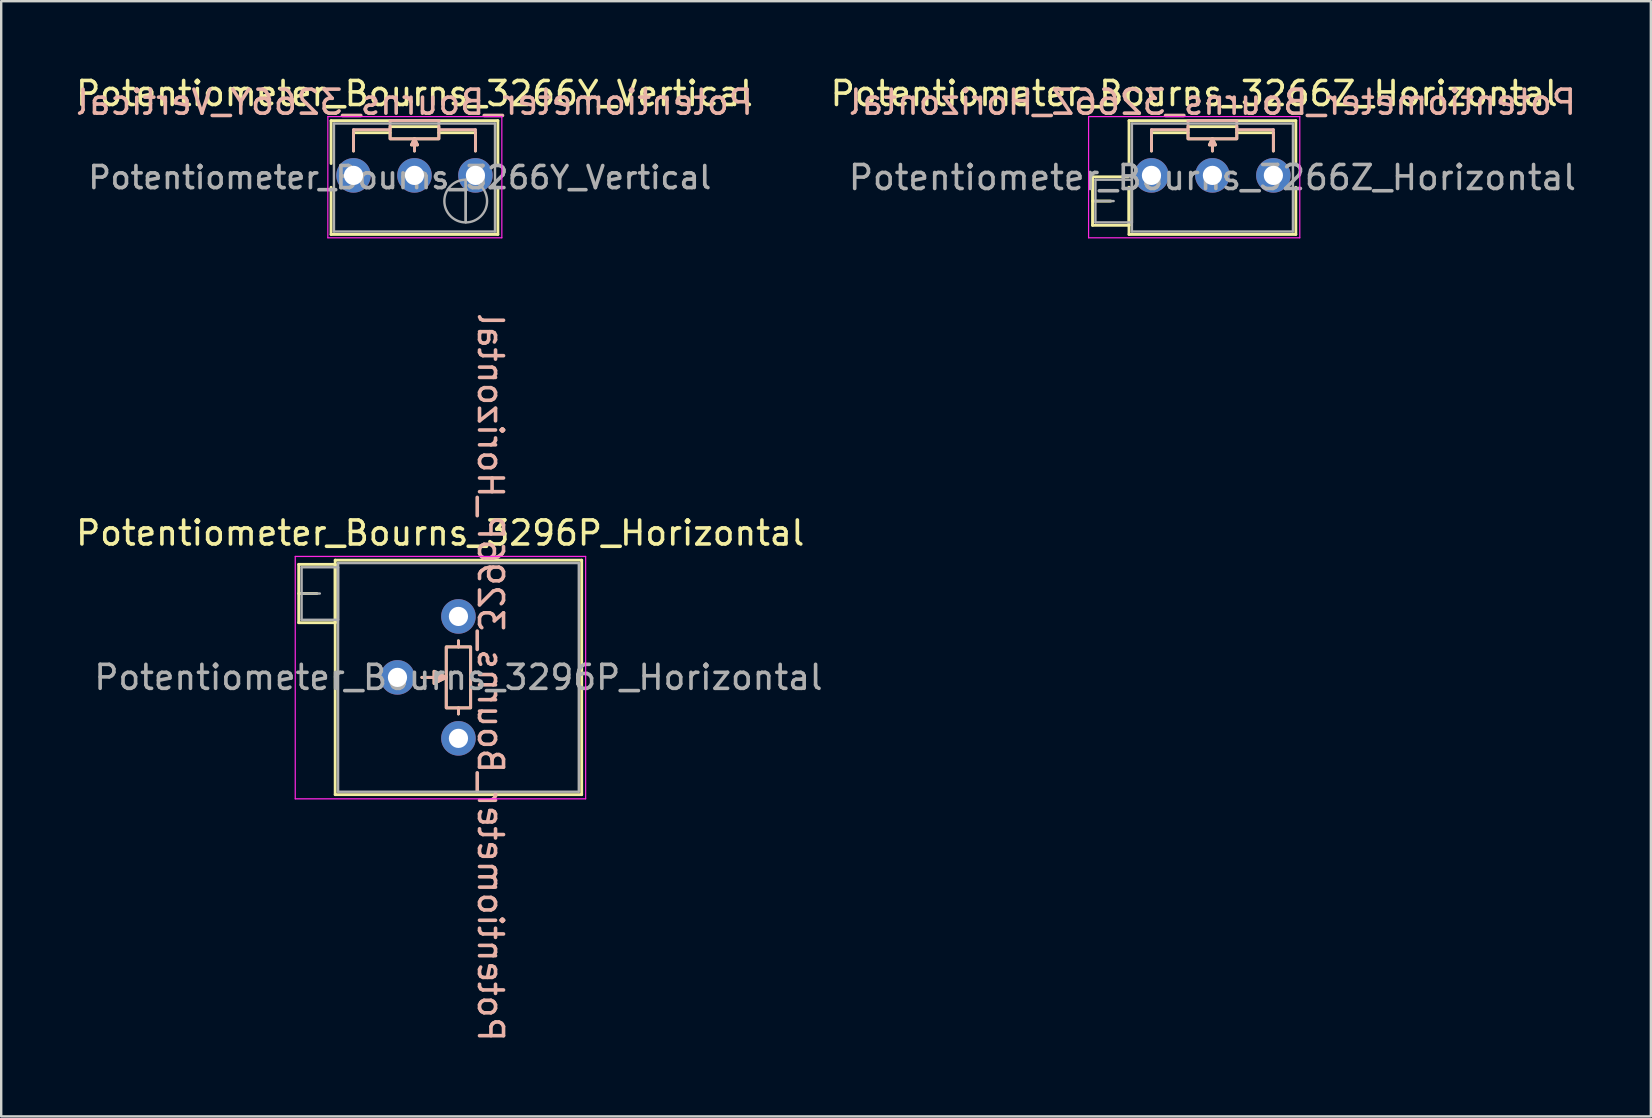
<source format=kicad_pcb>
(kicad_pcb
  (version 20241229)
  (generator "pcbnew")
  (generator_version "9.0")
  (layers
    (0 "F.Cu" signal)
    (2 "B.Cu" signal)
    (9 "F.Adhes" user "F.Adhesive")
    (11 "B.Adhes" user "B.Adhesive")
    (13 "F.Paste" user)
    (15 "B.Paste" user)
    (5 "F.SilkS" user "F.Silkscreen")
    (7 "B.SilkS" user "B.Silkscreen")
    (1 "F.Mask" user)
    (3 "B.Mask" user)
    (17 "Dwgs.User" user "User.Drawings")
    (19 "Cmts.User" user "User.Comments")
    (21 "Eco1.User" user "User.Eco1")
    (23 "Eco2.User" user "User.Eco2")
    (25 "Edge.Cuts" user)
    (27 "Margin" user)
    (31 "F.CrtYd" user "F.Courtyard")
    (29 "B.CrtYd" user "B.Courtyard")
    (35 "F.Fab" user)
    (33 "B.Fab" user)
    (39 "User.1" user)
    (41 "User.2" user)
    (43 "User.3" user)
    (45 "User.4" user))
  (footprint "Potentiometer_Bourns_3266Y_Vertical"
    (layer "F.Cu")
    (at 16.76 4.258)
    (property "Reference" "Potentiometer_Bourns_3266Y_Vertical" (at -2.54 -3.41 0) (layer "F.SilkS") (effects (font (size 1 1) (thickness 0.15))))
    (attr through_hole)
    (fp_line (start -6.015 -2.28) (end -6.015 -0.494) (stroke (width 0.12) (type solid)) (layer "F.SilkS"))
    (fp_line (start -6.015 -2.28) (end 0.935 -2.28) (stroke (width 0.12) (type solid)) (layer "F.SilkS"))
    (fp_line (start -6.015 0.496) (end -6.015 2.46) (stroke (width 0.12) (type solid)) (layer "F.SilkS"))
    (fp_line (start -6.015 2.46) (end 0.935 2.46) (stroke (width 0.12) (type solid)) (layer "F.SilkS"))
    (fp_line (start -5.08 -1.778) (end -5.08 -1.016) (stroke (width 0.12) (type solid)) (layer "F.SilkS"))
    (fp_line (start -3.556 -1.778) (end -5.08 -1.778) (stroke (width 0.12) (type solid)) (layer "F.SilkS"))
    (fp_line (start -2.54 -1.524) (end -2.54 -1.016) (stroke (width 0.12) (type solid)) (layer "F.SilkS"))
    (fp_line (start -1.524 -1.778) (end 0 -1.778) (stroke (width 0.12) (type solid)) (layer "F.SilkS"))
    (fp_line (start 0 -1.778) (end 0 -1.016) (stroke (width 0.12) (type solid)) (layer "F.SilkS"))
    (fp_line (start 0.935 -2.28) (end 0.935 -0.494) (stroke (width 0.12) (type solid)) (layer "F.SilkS"))
    (fp_line (start 0.935 0.496) (end 0.935 2.46) (stroke (width 0.12) (type solid)) (layer "F.SilkS"))
    (fp_rect (start -3.556 -2.032) (end -1.524 -1.524) (stroke (width 0.12) (type solid)) (fill no) (layer "F.SilkS"))
    (fp_poly (pts (xy -2.413 -1.27) (xy -2.667 -1.27) (xy -2.54 -1.524)) (stroke (width 0.12) (type solid)) (fill yes) (layer "F.SilkS"))
    (fp_line (start -5.08 -1.905) (end -5.08 -1.016) (stroke (width 0.12) (type solid)) (layer "B.SilkS"))
    (fp_line (start -3.556 -1.905) (end -5.08 -1.905) (stroke (width 0.12) (type solid)) (layer "B.SilkS"))
    (fp_line (start -2.54 -1.016) (end -2.54 -1.524) (stroke (width 0.12) (type solid)) (layer "B.SilkS"))
    (fp_line (start -1.524 -1.905) (end 0 -1.905) (stroke (width 0.12) (type solid)) (layer "B.SilkS"))
    (fp_line (start 0 -1.905) (end 0 -1.016) (stroke (width 0.12) (type solid)) (layer "B.SilkS"))
    (fp_rect (start -3.556 -2.286) (end -1.524 -1.524) (stroke (width 0.12) (type solid)) (fill no) (layer "B.SilkS"))
    (fp_poly (pts (xy -2.413 -1.27) (xy -2.667 -1.27) (xy -2.54 -1.524)) (stroke (width 0.12) (type solid)) (fill yes) (layer "B.SilkS"))
    (fp_line (start -6.15 -2.45) (end -6.15 2.6) (stroke (width 0.05) (type solid)) (layer "F.CrtYd"))
    (fp_line (start -6.15 2.6) (end 1.1 2.6) (stroke (width 0.05) (type solid)) (layer "F.CrtYd"))
    (fp_line (start 1.1 -2.45) (end -6.15 -2.45) (stroke (width 0.05) (type solid)) (layer "F.CrtYd"))
    (fp_line (start 1.1 2.6) (end 1.1 -2.45) (stroke (width 0.05) (type solid)) (layer "F.CrtYd"))
    (fp_line (start -5.895 -2.16) (end -5.895 2.34) (stroke (width 0.1) (type solid)) (layer "F.Fab"))
    (fp_line (start -5.895 2.34) (end 0.815 2.34) (stroke (width 0.1) (type solid)) (layer "F.Fab"))
    (fp_line (start -0.405 1.952) (end -0.404 0.189) (stroke (width 0.1) (type solid)) (layer "F.Fab"))
    (fp_line (start -0.405 1.952) (end -0.404 0.189) (stroke (width 0.1) (type solid)) (layer "F.Fab"))
    (fp_line (start 0.815 -2.16) (end -5.895 -2.16) (stroke (width 0.1) (type solid)) (layer "F.Fab"))
    (fp_line (start 0.815 2.34) (end 0.815 -2.16) (stroke (width 0.1) (type solid)) (layer "F.Fab"))
    (fp_circle (center -0.405 1.07) (end 0.485 1.07) (stroke (width 0.1) (type solid)) (fill no) (layer "F.Fab"))
    (fp_text user "${REFERENCE}" (at -2.54 -3.048 0) (unlocked yes) (layer "B.SilkS") (effects (font (size 1 1) (thickness 0.15)) (justify mirror)))
    (fp_text user "${REFERENCE}" (at -3.15 0.09 0) (layer "F.Fab") (effects (font (size 0.92 0.92) (thickness 0.15))))
    (pad "1" thru_hole circle (at 0 0) (size 1.44 1.44) (drill 0.8) (layers "*.Cu" "*.Mask"))
    (pad "2" thru_hole circle (at -2.54 0) (size 1.44 1.44) (drill 0.8) (layers "*.Cu" "*.Mask"))
    (pad "3" thru_hole circle (at -5.08 0) (size 1.44 1.44) (drill 0.8) (layers "*.Cu" "*.Mask")))
  (footprint "Potentiometer_Bourns_3266Z_Horizontal"
    (layer "F.Cu")
    (at 50.008 4.258)
    (property "Reference" "Potentiometer_Bourns_3266Z_Horizontal" (at -3.3 -3.41 0) (layer "F.SilkS") (effects (font (size 1 1) (thickness 0.15))))
    (attr through_hole)
    (fp_line (start -7.535 0.06) (end -7.535 2.08) (stroke (width 0.12) (type solid)) (layer "F.SilkS"))
    (fp_line (start -7.535 0.06) (end -6.056 0.06) (stroke (width 0.12) (type solid)) (layer "F.SilkS"))
    (fp_line (start -7.535 1.07) (end -6.776 1.07) (stroke (width 0.12) (type solid)) (layer "F.SilkS"))
    (fp_line (start -7.535 2.08) (end -6.016 2.08) (stroke (width 0.12) (type solid)) (layer "F.SilkS"))
    (fp_line (start -6.016 0.496) (end -6.016 2.08) (stroke (width 0.12) (type solid)) (layer "F.SilkS"))
    (fp_line (start -6.015 -2.28) (end -6.015 -0.494) (stroke (width 0.12) (type solid)) (layer "F.SilkS"))
    (fp_line (start -6.015 -2.28) (end 0.935 -2.28) (stroke (width 0.12) (type solid)) (layer "F.SilkS"))
    (fp_line (start -6.015 0.496) (end -6.015 2.46) (stroke (width 0.12) (type solid)) (layer "F.SilkS"))
    (fp_line (start -6.015 2.46) (end 0.935 2.46) (stroke (width 0.12) (type solid)) (layer "F.SilkS"))
    (fp_line (start -5.08 -1.778) (end -5.08 -1.016) (stroke (width 0.12) (type solid)) (layer "F.SilkS"))
    (fp_line (start -3.556 -1.778) (end -5.08 -1.778) (stroke (width 0.12) (type solid)) (layer "F.SilkS"))
    (fp_line (start -2.54 -1.524) (end -2.54 -1.016) (stroke (width 0.12) (type solid)) (layer "F.SilkS"))
    (fp_line (start -1.524 -1.778) (end 0 -1.778) (stroke (width 0.12) (type solid)) (layer "F.SilkS"))
    (fp_line (start 0 -1.778) (end 0 -1.016) (stroke (width 0.12) (type solid)) (layer "F.SilkS"))
    (fp_line (start 0.935 -2.28) (end 0.935 -0.494) (stroke (width 0.12) (type solid)) (layer "F.SilkS"))
    (fp_line (start 0.935 0.496) (end 0.935 2.46) (stroke (width 0.12) (type solid)) (layer "F.SilkS"))
    (fp_rect (start -3.556 -2.032) (end -1.524 -1.524) (stroke (width 0.12) (type solid)) (fill no) (layer "F.SilkS"))
    (fp_poly (pts (xy -2.413 -1.27) (xy -2.667 -1.27) (xy -2.54 -1.524)) (stroke (width 0.12) (type solid)) (fill yes) (layer "F.SilkS"))
    (fp_line (start -5.08 -1.905) (end -5.08 -1.016) (stroke (width 0.12) (type solid)) (layer "B.SilkS"))
    (fp_line (start -3.556 -1.905) (end -5.08 -1.905) (stroke (width 0.12) (type solid)) (layer "B.SilkS"))
    (fp_line (start -2.54 -1.016) (end -2.54 -1.524) (stroke (width 0.12) (type solid)) (layer "B.SilkS"))
    (fp_line (start -1.524 -1.905) (end 0 -1.905) (stroke (width 0.12) (type solid)) (layer "B.SilkS"))
    (fp_line (start 0 -1.905) (end 0 -1.016) (stroke (width 0.12) (type solid)) (layer "B.SilkS"))
    (fp_rect (start -3.556 -2.286) (end -1.524 -1.524) (stroke (width 0.12) (type solid)) (fill no) (layer "B.SilkS"))
    (fp_poly (pts (xy -2.413 -1.27) (xy -2.667 -1.27) (xy -2.54 -1.524)) (stroke (width 0.12) (type solid)) (fill yes) (layer "B.SilkS"))
    (fp_line (start -7.7 -2.45) (end -7.7 2.6) (stroke (width 0.05) (type solid)) (layer "F.CrtYd"))
    (fp_line (start -7.7 2.6) (end 1.1 2.6) (stroke (width 0.05) (type solid)) (layer "F.CrtYd"))
    (fp_line (start 1.1 -2.45) (end -7.7 -2.45) (stroke (width 0.05) (type solid)) (layer "F.CrtYd"))
    (fp_line (start 1.1 2.6) (end 1.1 -2.45) (stroke (width 0.05) (type solid)) (layer "F.CrtYd"))
    (fp_line (start -7.415 0.18) (end -7.415 1.96) (stroke (width 0.1) (type solid)) (layer "F.Fab"))
    (fp_line (start -7.415 1.07) (end -6.655 1.07) (stroke (width 0.1) (type solid)) (layer "F.Fab"))
    (fp_line (start -7.415 1.96) (end -5.895 1.96) (stroke (width 0.1) (type solid)) (layer "F.Fab"))
    (fp_line (start -5.895 -2.16) (end -5.895 2.34) (stroke (width 0.1) (type solid)) (layer "F.Fab"))
    (fp_line (start -5.895 0.18) (end -7.415 0.18) (stroke (width 0.1) (type solid)) (layer "F.Fab"))
    (fp_line (start -5.895 1.96) (end -5.895 0.18) (stroke (width 0.1) (type solid)) (layer "F.Fab"))
    (fp_line (start -5.895 2.34) (end 0.815 2.34) (stroke (width 0.1) (type solid)) (layer "F.Fab"))
    (fp_line (start 0.815 -2.16) (end -5.895 -2.16) (stroke (width 0.1) (type solid)) (layer "F.Fab"))
    (fp_line (start 0.815 2.34) (end 0.815 -2.16) (stroke (width 0.1) (type solid)) (layer "F.Fab"))
    (fp_text user "${REFERENCE}" (at -2.54 -3.048 0) (unlocked yes) (layer "B.SilkS") (effects (font (size 1 1) (thickness 0.15)) (justify mirror)))
    (fp_text user "${REFERENCE}" (at -2.54 0.09 0) (layer "F.Fab") (effects (font (size 1 1) (thickness 0.15))))
    (pad "1" thru_hole circle (at 0 0) (size 1.44 1.44) (drill 0.8) (layers "*.Cu" "*.Mask"))
    (pad "2" thru_hole circle (at -2.54 0) (size 1.44 1.44) (drill 0.8) (layers "*.Cu" "*.Mask"))
    (pad "3" thru_hole circle (at -5.08 0) (size 1.44 1.44) (drill 0.8) (layers "*.Cu" "*.Mask")))
  (footprint "Potentiometer_Bourns_3296P_Horizontal"
    (layer "F.Cu")
    (at 16.052 22.635)
    (property "Reference" "Potentiometer_Bourns_3296P_Horizontal" (at -0.76 -3.475 0) (layer "F.SilkS") (effects (font (size 1 1) (thickness 0.15))))
    (attr through_hole)
    (fp_line (start -6.655 -2.169) (end -6.655 0.26) (stroke (width 0.12) (type solid)) (layer "F.SilkS"))
    (fp_line (start -6.655 -2.169) (end -5.136 -2.169) (stroke (width 0.12) (type solid)) (layer "F.SilkS"))
    (fp_line (start -6.655 -0.955) (end -5.896 -0.955) (stroke (width 0.12) (type solid)) (layer "F.SilkS"))
    (fp_line (start -6.655 0.26) (end -5.136 0.26) (stroke (width 0.12) (type solid)) (layer "F.SilkS"))
    (fp_line (start -5.136 -2.169) (end -5.136 0.26) (stroke (width 0.12) (type solid)) (layer "F.SilkS"))
    (fp_line (start -5.135 -2.345) (end -5.135 7.425) (stroke (width 0.12) (type solid)) (layer "F.SilkS"))
    (fp_line (start -5.135 -2.345) (end 5.135 -2.345) (stroke (width 0.12) (type solid)) (layer "F.SilkS"))
    (fp_line (start -5.135 7.425) (end 5.135 7.425) (stroke (width 0.12) (type solid)) (layer "F.SilkS"))
    (fp_line (start -1.524 2.54) (end -0.508 2.54) (stroke (width 0.12) (type solid)) (layer "F.SilkS"))
    (fp_line (start 0 1.27) (end 0 1.016) (stroke (width 0.12) (type solid)) (layer "F.SilkS"))
    (fp_line (start 0 3.81) (end 0 4.064) (stroke (width 0.12) (type solid)) (layer "F.SilkS"))
    (fp_line (start 5.135 -2.345) (end 5.135 7.425) (stroke (width 0.12) (type solid)) (layer "F.SilkS"))
    (fp_rect (start -0.508 1.27) (end 0.508 3.81) (stroke (width 0.12) (type solid)) (fill no) (layer "F.SilkS"))
    (fp_poly (pts (xy -0.508 2.54) (xy -1.016 2.794) (xy -1.016 2.286)) (stroke (width 0.12) (type solid)) (fill yes) (layer "F.SilkS"))
    (fp_line (start -1.524 2.54) (end -0.508 2.54) (stroke (width 0.12) (type solid)) (layer "B.SilkS"))
    (fp_line (start 0 1.016) (end 0 1.27) (stroke (width 0.12) (type solid)) (layer "B.SilkS"))
    (fp_line (start 0 3.81) (end 0 4.064) (stroke (width 0.12) (type solid)) (layer "B.SilkS"))
    (fp_rect (start 0.508 1.27) (end -0.508 3.81) (stroke (width 0.12) (type solid)) (fill no) (layer "B.SilkS"))
    (fp_poly (pts (xy -1.016 2.794) (xy -1.016 2.286) (xy -0.508 2.54)) (stroke (width 0.12) (type solid)) (fill yes) (layer "B.SilkS"))
    (fp_line (start -6.8 -2.5) (end -6.8 7.6) (stroke (width 0.05) (type solid)) (layer "F.CrtYd"))
    (fp_line (start -6.8 7.6) (end 5.3 7.6) (stroke (width 0.05) (type solid)) (layer "F.CrtYd"))
    (fp_line (start 5.3 -2.5) (end -6.8 -2.5) (stroke (width 0.05) (type solid)) (layer "F.CrtYd"))
    (fp_line (start 5.3 7.6) (end 5.3 -2.5) (stroke (width 0.05) (type solid)) (layer "F.CrtYd"))
    (fp_line (start -6.535 -2.05) (end -6.535 0.14) (stroke (width 0.1) (type solid)) (layer "F.Fab"))
    (fp_line (start -6.535 -0.955) (end -5.775 -0.955) (stroke (width 0.1) (type solid)) (layer "F.Fab"))
    (fp_line (start -6.535 0.14) (end -5.015 0.14) (stroke (width 0.1) (type solid)) (layer "F.Fab"))
    (fp_line (start -5.015 -2.225) (end -5.015 7.305) (stroke (width 0.1) (type solid)) (layer "F.Fab"))
    (fp_line (start -5.015 -2.05) (end -6.535 -2.05) (stroke (width 0.1) (type solid)) (layer "F.Fab"))
    (fp_line (start -5.015 0.14) (end -5.015 -2.05) (stroke (width 0.1) (type solid)) (layer "F.Fab"))
    (fp_line (start -5.015 7.305) (end 5.015 7.305) (stroke (width 0.1) (type solid)) (layer "F.Fab"))
    (fp_line (start 5.015 -2.225) (end -5.015 -2.225) (stroke (width 0.1) (type solid)) (layer "F.Fab"))
    (fp_line (start 5.015 7.305) (end 5.015 -2.225) (stroke (width 0.1) (type solid)) (layer "F.Fab"))
    (fp_text user "${REFERENCE}" (at 1.333 2.54 270) (unlocked yes) (layer "B.SilkS") (effects (font (size 1 1) (thickness 0.15)) (justify mirror)))
    (fp_text user "${REFERENCE}" (at 0 2.54 0) (layer "F.Fab") (effects (font (size 1 1) (thickness 0.15))))
    (pad "1" thru_hole circle (at 0 0) (size 1.44 1.44) (drill 0.8) (layers "*.Cu" "*.Mask"))
    (pad "2" thru_hole circle (at -2.54 2.54) (size 1.44 1.44) (drill 0.8) (layers "*.Cu" "*.Mask"))
    (pad "3" thru_hole circle (at 0 5.08) (size 1.44 1.44) (drill 0.8) (layers "*.Cu" "*.Mask")))
  (gr_rect
    (start -3 -3)
    (end 65.736 43.467)
    (stroke (width 0.1) (type default))
    (fill no)
    (layer "Edge.Cuts")))
</source>
